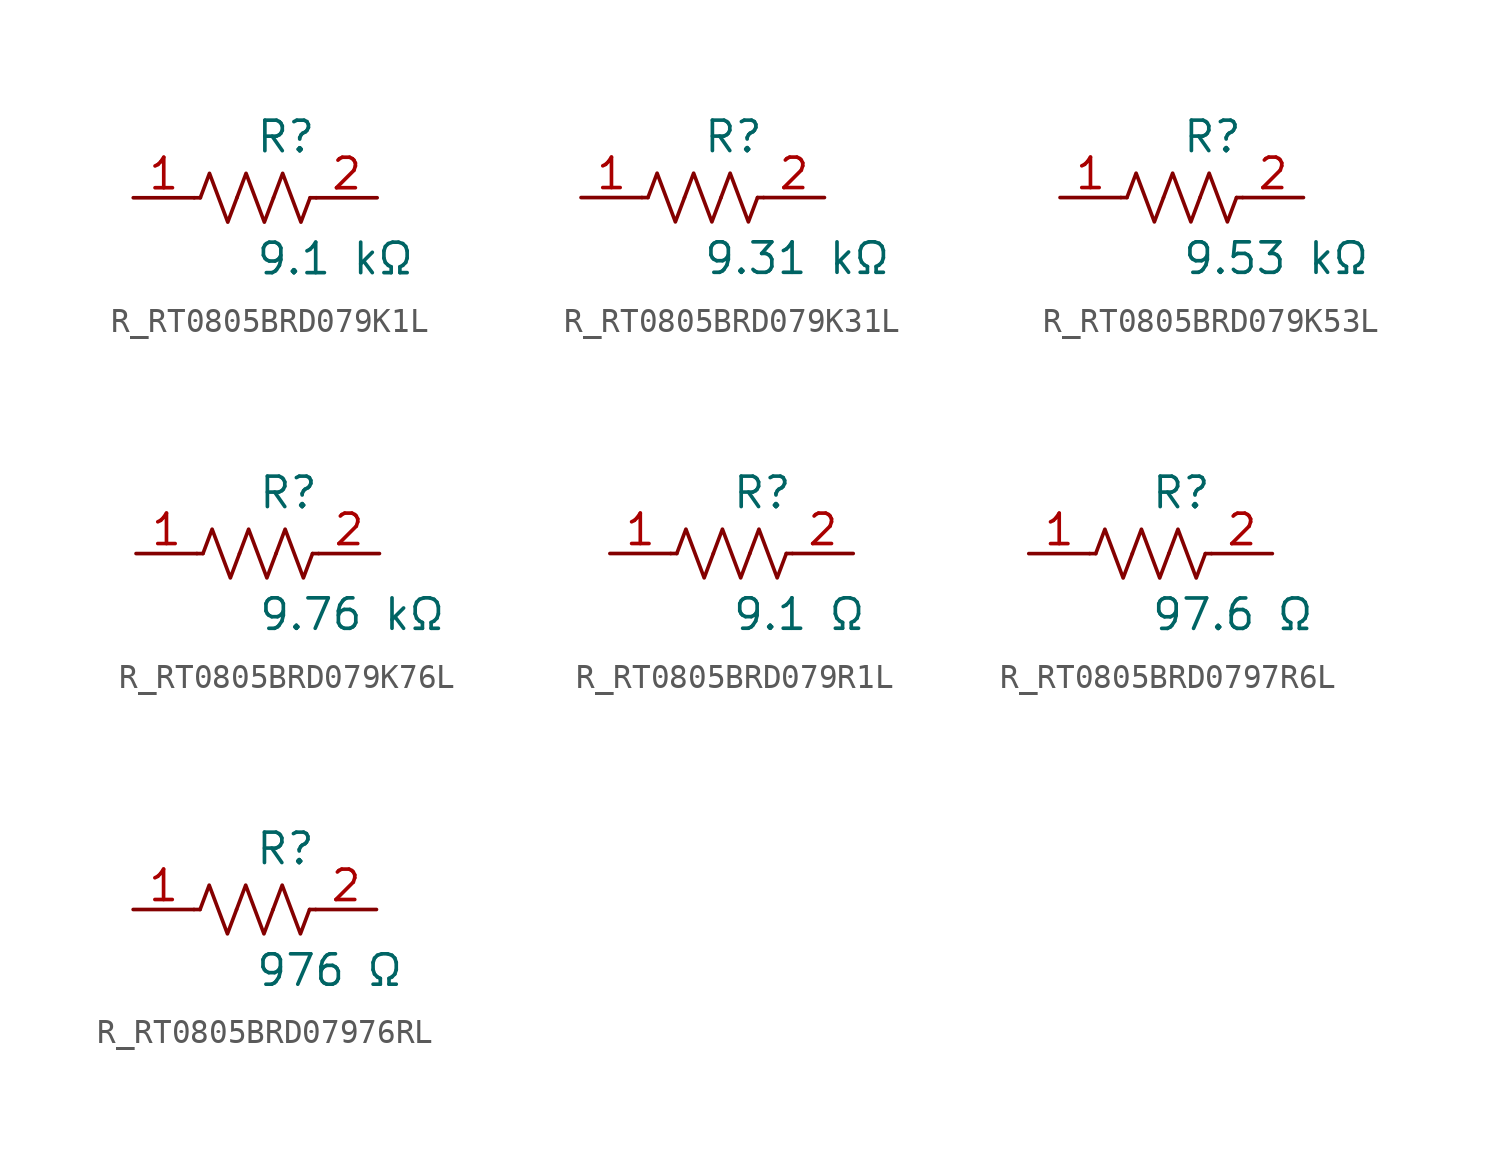
<source format=kicad_sym>
(kicad_symbol_lib
  (version 20231120)
  (generator kicad_symbol_editor)
  (generator_version 8.0)
  (symbol "R_RT0805BRD079K1L"
    (pin_names
      (offset 0.254))
    (property "Reference" "R"
      (at 0.0 2.54 0)
      (effects (font (size 1.27 1.27)) (justify left)))
    (property "Value" "9.1 kΩ"
      (at 0.0 -2.54 0)
      (effects (font (size 1.27 1.27)) (justify left)))
    (symbol "R_RT0805BRD079K1L_0_1"
      (polyline (pts (xy 2.286 0) (xy 2.54 0)) (stroke (width 0) (type default)) (fill (type none)))
      (polyline (pts (xy -2.286 0) (xy -2.54 0)) (stroke (width 0) (type default)) (fill (type none)))
      (polyline (pts (xy 0.762 0) (xy 1.143 1.016) (xy 1.524 0) (xy 1.905 -1.016) (xy 2.286 0)) (stroke (width 0) (type default)) (fill (type none)))
      (polyline (pts (xy -0.762 0) (xy -0.381 1.016) (xy 0 0) (xy 0.381 -1.016) (xy 0.762 0)) (stroke (width 0) (type default)) (fill (type none)))
      (polyline (pts (xy -2.286 0) (xy -1.905 1.016) (xy -1.524 0) (xy -1.143 -1.016) (xy -0.762 0)) (stroke (width 0) (type default)) (fill (type none))))
    (pin unspecified line
      (at -5.08 0 0)
      (length 2.54)
      (name "" (effects (font (size 1.27 1.27))))
      (number "1" (effects (font (size 1.27 1.27)))))
    (pin unspecified line
      (at 5.08 0 180)
      (length 2.54)
      (name "" (effects (font (size 1.27 1.27))))
      (number "2" (effects (font (size 1.27 1.27))))))
  (symbol "R_RT0805BRD079K31L"
    (pin_names
      (offset 0.254))
    (property "Reference" "R"
      (at 0.0 2.54 0)
      (effects (font (size 1.27 1.27)) (justify left)))
    (property "Value" "9.31 kΩ"
      (at 0.0 -2.54 0)
      (effects (font (size 1.27 1.27)) (justify left)))
    (symbol "R_RT0805BRD079K31L_0_1"
      (polyline (pts (xy 2.286 0) (xy 2.54 0)) (stroke (width 0) (type default)) (fill (type none)))
      (polyline (pts (xy -2.286 0) (xy -2.54 0)) (stroke (width 0) (type default)) (fill (type none)))
      (polyline (pts (xy 0.762 0) (xy 1.143 1.016) (xy 1.524 0) (xy 1.905 -1.016) (xy 2.286 0)) (stroke (width 0) (type default)) (fill (type none)))
      (polyline (pts (xy -0.762 0) (xy -0.381 1.016) (xy 0 0) (xy 0.381 -1.016) (xy 0.762 0)) (stroke (width 0) (type default)) (fill (type none)))
      (polyline (pts (xy -2.286 0) (xy -1.905 1.016) (xy -1.524 0) (xy -1.143 -1.016) (xy -0.762 0)) (stroke (width 0) (type default)) (fill (type none))))
    (pin unspecified line
      (at -5.08 0 0)
      (length 2.54)
      (name "" (effects (font (size 1.27 1.27))))
      (number "1" (effects (font (size 1.27 1.27)))))
    (pin unspecified line
      (at 5.08 0 180)
      (length 2.54)
      (name "" (effects (font (size 1.27 1.27))))
      (number "2" (effects (font (size 1.27 1.27))))))
  (symbol "R_RT0805BRD079K53L"
    (pin_names
      (offset 0.254))
    (property "Reference" "R"
      (at 0.0 2.54 0)
      (effects (font (size 1.27 1.27)) (justify left)))
    (property "Value" "9.53 kΩ"
      (at 0.0 -2.54 0)
      (effects (font (size 1.27 1.27)) (justify left)))
    (symbol "R_RT0805BRD079K53L_0_1"
      (polyline (pts (xy 2.286 0) (xy 2.54 0)) (stroke (width 0) (type default)) (fill (type none)))
      (polyline (pts (xy -2.286 0) (xy -2.54 0)) (stroke (width 0) (type default)) (fill (type none)))
      (polyline (pts (xy 0.762 0) (xy 1.143 1.016) (xy 1.524 0) (xy 1.905 -1.016) (xy 2.286 0)) (stroke (width 0) (type default)) (fill (type none)))
      (polyline (pts (xy -0.762 0) (xy -0.381 1.016) (xy 0 0) (xy 0.381 -1.016) (xy 0.762 0)) (stroke (width 0) (type default)) (fill (type none)))
      (polyline (pts (xy -2.286 0) (xy -1.905 1.016) (xy -1.524 0) (xy -1.143 -1.016) (xy -0.762 0)) (stroke (width 0) (type default)) (fill (type none))))
    (pin unspecified line
      (at -5.08 0 0)
      (length 2.54)
      (name "" (effects (font (size 1.27 1.27))))
      (number "1" (effects (font (size 1.27 1.27)))))
    (pin unspecified line
      (at 5.08 0 180)
      (length 2.54)
      (name "" (effects (font (size 1.27 1.27))))
      (number "2" (effects (font (size 1.27 1.27))))))
  (symbol "R_RT0805BRD079K76L"
    (pin_names
      (offset 0.254))
    (property "Reference" "R"
      (at 0.0 2.54 0)
      (effects (font (size 1.27 1.27)) (justify left)))
    (property "Value" "9.76 kΩ"
      (at 0.0 -2.54 0)
      (effects (font (size 1.27 1.27)) (justify left)))
    (symbol "R_RT0805BRD079K76L_0_1"
      (polyline (pts (xy 2.286 0) (xy 2.54 0)) (stroke (width 0) (type default)) (fill (type none)))
      (polyline (pts (xy -2.286 0) (xy -2.54 0)) (stroke (width 0) (type default)) (fill (type none)))
      (polyline (pts (xy 0.762 0) (xy 1.143 1.016) (xy 1.524 0) (xy 1.905 -1.016) (xy 2.286 0)) (stroke (width 0) (type default)) (fill (type none)))
      (polyline (pts (xy -0.762 0) (xy -0.381 1.016) (xy 0 0) (xy 0.381 -1.016) (xy 0.762 0)) (stroke (width 0) (type default)) (fill (type none)))
      (polyline (pts (xy -2.286 0) (xy -1.905 1.016) (xy -1.524 0) (xy -1.143 -1.016) (xy -0.762 0)) (stroke (width 0) (type default)) (fill (type none))))
    (pin unspecified line
      (at -5.08 0 0)
      (length 2.54)
      (name "" (effects (font (size 1.27 1.27))))
      (number "1" (effects (font (size 1.27 1.27)))))
    (pin unspecified line
      (at 5.08 0 180)
      (length 2.54)
      (name "" (effects (font (size 1.27 1.27))))
      (number "2" (effects (font (size 1.27 1.27))))))
  (symbol "R_RT0805BRD079R1L"
    (pin_names
      (offset 0.254))
    (property "Reference" "R"
      (at 0.0 2.54 0)
      (effects (font (size 1.27 1.27)) (justify left)))
    (property "Value" "9.1 Ω"
      (at 0.0 -2.54 0)
      (effects (font (size 1.27 1.27)) (justify left)))
    (symbol "R_RT0805BRD079R1L_0_1"
      (polyline (pts (xy 2.286 0) (xy 2.54 0)) (stroke (width 0) (type default)) (fill (type none)))
      (polyline (pts (xy -2.286 0) (xy -2.54 0)) (stroke (width 0) (type default)) (fill (type none)))
      (polyline (pts (xy 0.762 0) (xy 1.143 1.016) (xy 1.524 0) (xy 1.905 -1.016) (xy 2.286 0)) (stroke (width 0) (type default)) (fill (type none)))
      (polyline (pts (xy -0.762 0) (xy -0.381 1.016) (xy 0 0) (xy 0.381 -1.016) (xy 0.762 0)) (stroke (width 0) (type default)) (fill (type none)))
      (polyline (pts (xy -2.286 0) (xy -1.905 1.016) (xy -1.524 0) (xy -1.143 -1.016) (xy -0.762 0)) (stroke (width 0) (type default)) (fill (type none))))
    (pin unspecified line
      (at -5.08 0 0)
      (length 2.54)
      (name "" (effects (font (size 1.27 1.27))))
      (number "1" (effects (font (size 1.27 1.27)))))
    (pin unspecified line
      (at 5.08 0 180)
      (length 2.54)
      (name "" (effects (font (size 1.27 1.27))))
      (number "2" (effects (font (size 1.27 1.27))))))
  (symbol "R_RT0805BRD0797R6L"
    (pin_names
      (offset 0.254))
    (property "Reference" "R"
      (at 0.0 2.54 0)
      (effects (font (size 1.27 1.27)) (justify left)))
    (property "Value" "97.6 Ω"
      (at 0.0 -2.54 0)
      (effects (font (size 1.27 1.27)) (justify left)))
    (symbol "R_RT0805BRD0797R6L_0_1"
      (polyline (pts (xy 2.286 0) (xy 2.54 0)) (stroke (width 0) (type default)) (fill (type none)))
      (polyline (pts (xy -2.286 0) (xy -2.54 0)) (stroke (width 0) (type default)) (fill (type none)))
      (polyline (pts (xy 0.762 0) (xy 1.143 1.016) (xy 1.524 0) (xy 1.905 -1.016) (xy 2.286 0)) (stroke (width 0) (type default)) (fill (type none)))
      (polyline (pts (xy -0.762 0) (xy -0.381 1.016) (xy 0 0) (xy 0.381 -1.016) (xy 0.762 0)) (stroke (width 0) (type default)) (fill (type none)))
      (polyline (pts (xy -2.286 0) (xy -1.905 1.016) (xy -1.524 0) (xy -1.143 -1.016) (xy -0.762 0)) (stroke (width 0) (type default)) (fill (type none))))
    (pin unspecified line
      (at -5.08 0 0)
      (length 2.54)
      (name "" (effects (font (size 1.27 1.27))))
      (number "1" (effects (font (size 1.27 1.27)))))
    (pin unspecified line
      (at 5.08 0 180)
      (length 2.54)
      (name "" (effects (font (size 1.27 1.27))))
      (number "2" (effects (font (size 1.27 1.27))))))
  (symbol "R_RT0805BRD07976RL"
    (pin_names
      (offset 0.254))
    (property "Reference" "R"
      (at 0.0 2.54 0)
      (effects (font (size 1.27 1.27)) (justify left)))
    (property "Value" "976 Ω"
      (at 0.0 -2.54 0)
      (effects (font (size 1.27 1.27)) (justify left)))
    (symbol "R_RT0805BRD07976RL_0_1"
      (polyline (pts (xy 2.286 0) (xy 2.54 0)) (stroke (width 0) (type default)) (fill (type none)))
      (polyline (pts (xy -2.286 0) (xy -2.54 0)) (stroke (width 0) (type default)) (fill (type none)))
      (polyline (pts (xy 0.762 0) (xy 1.143 1.016) (xy 1.524 0) (xy 1.905 -1.016) (xy 2.286 0)) (stroke (width 0) (type default)) (fill (type none)))
      (polyline (pts (xy -0.762 0) (xy -0.381 1.016) (xy 0 0) (xy 0.381 -1.016) (xy 0.762 0)) (stroke (width 0) (type default)) (fill (type none)))
      (polyline (pts (xy -2.286 0) (xy -1.905 1.016) (xy -1.524 0) (xy -1.143 -1.016) (xy -0.762 0)) (stroke (width 0) (type default)) (fill (type none))))
    (pin unspecified line
      (at -5.08 0 0)
      (length 2.54)
      (name "" (effects (font (size 1.27 1.27))))
      (number "1" (effects (font (size 1.27 1.27)))))
    (pin unspecified line
      (at 5.08 0 180)
      (length 2.54)
      (name "" (effects (font (size 1.27 1.27))))
      (number "2" (effects (font (size 1.27 1.27)))))))
</source>
